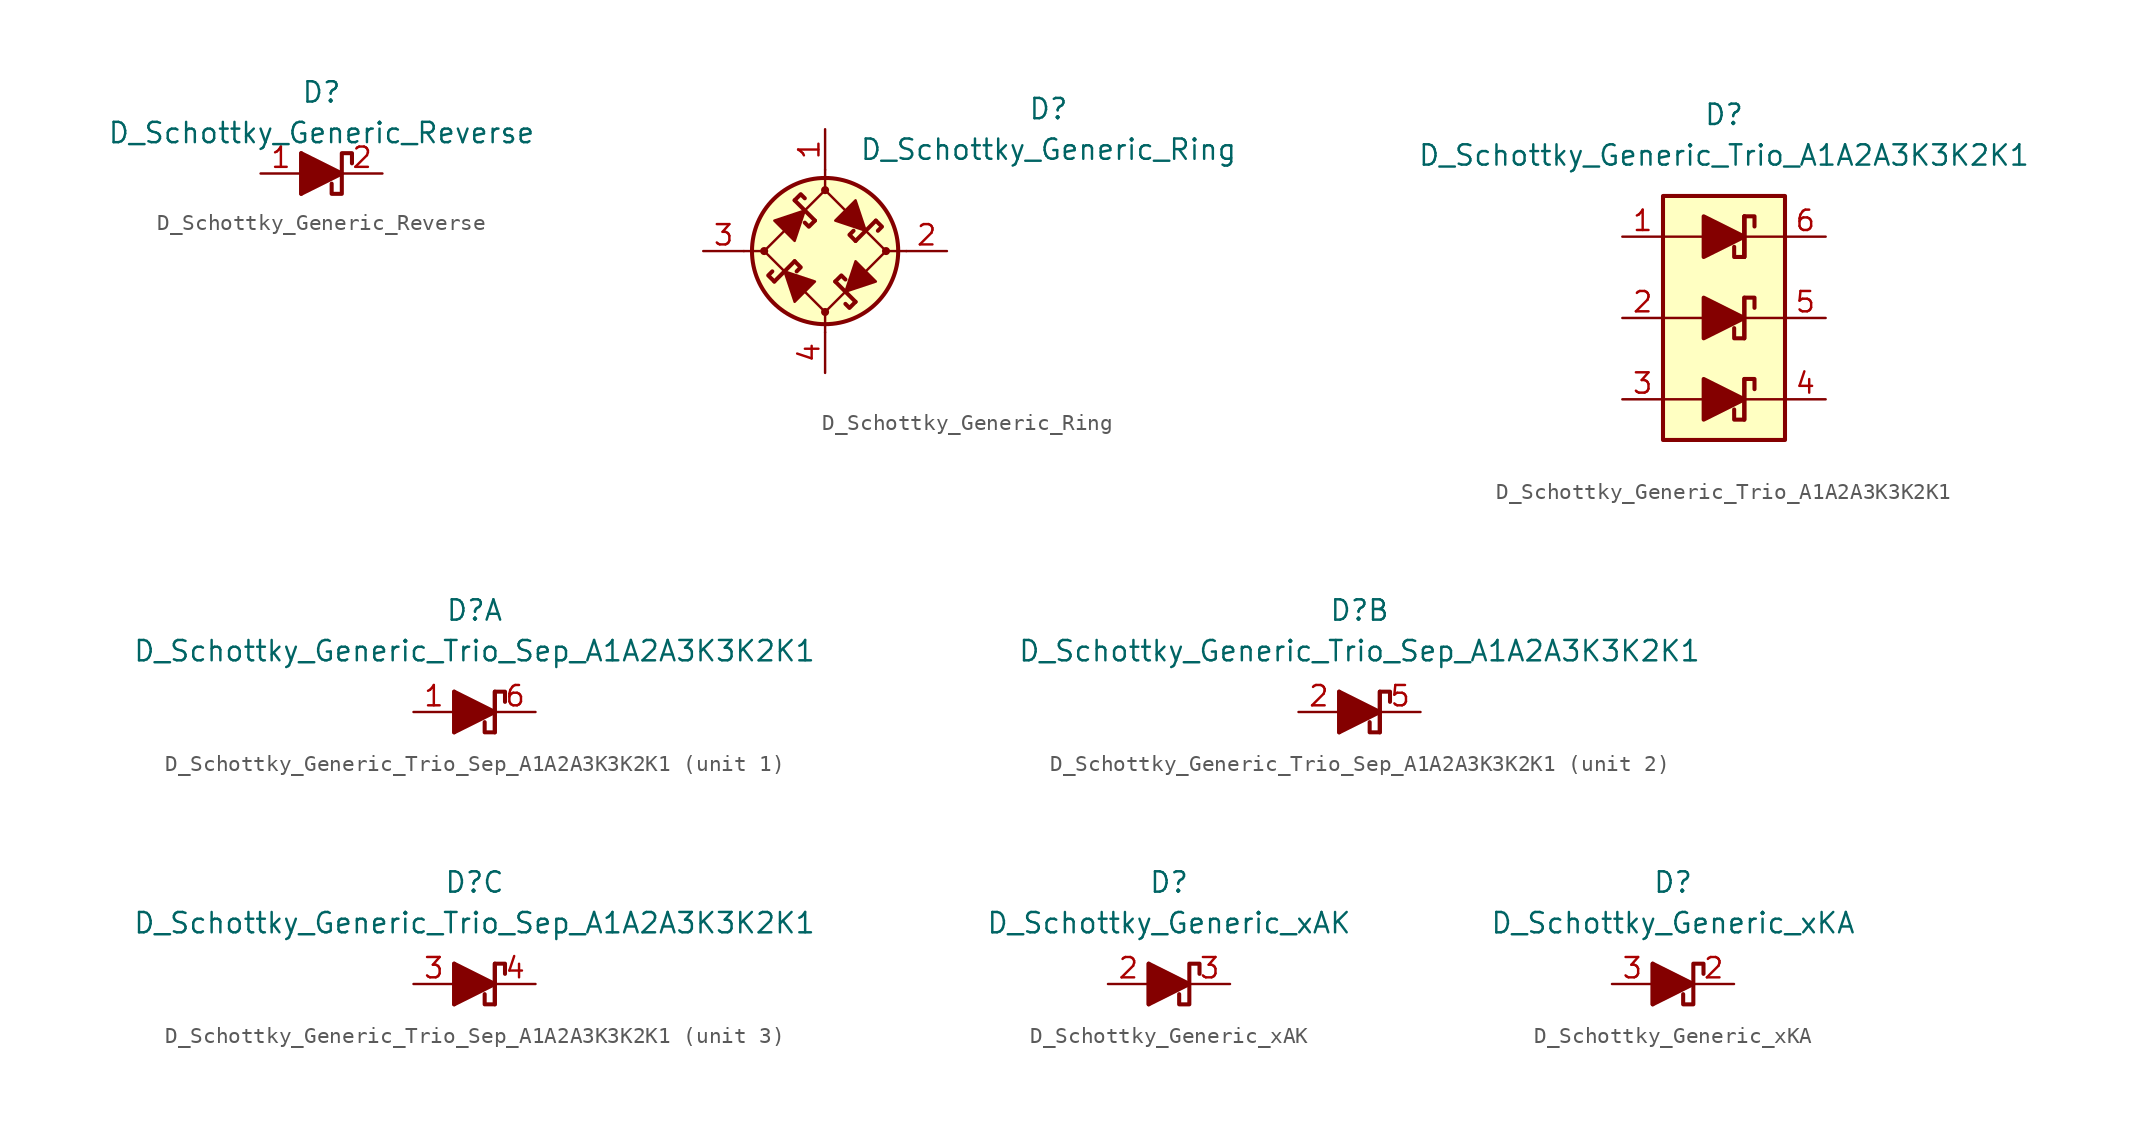
<source format=kicad_sym>
(kicad_symbol_lib
  (version 20211014)
  (generator kicad_symbol_editor)
  (symbol "D_Schottky_Generic_Reverse"
    (pin_names
      (offset 1.016) hide)
    (property "Reference" "D"
      (at 0 5.08 0)
      (effects (font (size 1.27 1.27))))
    (property "Value" "D_Schottky_Generic_Reverse"
      (at 0 2.54 0)
      (effects (font (size 1.27 1.27))))
    (symbol "D_Schottky_Generic_Reverse_0_1"
      (polyline (pts (xy -1.27 0) (xy 1.27 0)) (stroke (width 0) (type default) (color 0 0 0 0)) (fill (type none)))
      (polyline (pts (xy -1.27 1.27) (xy -1.27 -1.27)) (stroke (width 0.254) (type default) (color 0 0 0 0)) (fill (type none)))
      (polyline (pts (xy -1.27 -1.27) (xy -1.27 1.27) (xy 1.27 0) (xy -1.27 -1.27)) (stroke (width 0.254) (type default) (color 0 0 0 0)) (fill (type outline))))
    (symbol "D_Schottky_Generic_Reverse_1_1"
      (polyline (pts (xy 1.905 0.635) (xy 1.905 1.27) (xy 1.27 1.27) (xy 1.27 -1.27) (xy 0.635 -1.27) (xy 0.635 -0.635)) (stroke (width 0.254) (type default) (color 0 0 0 0)) (fill (type none)))
      (pin passive line (at -3.81 0 0) (length 2.54) (name "A" (effects (font (size 1.27 1.27)))) (number "1" (effects (font (size 1.27 1.27)))))
      (pin passive line (at 3.81 0 180) (length 2.54) (name "K" (effects (font (size 1.27 1.27)))) (number "2" (effects (font (size 1.27 1.27)))))))
  (symbol "D_Schottky_Generic_Ring"
    (pin_names
      (offset 1.016) hide)
    (property "Reference" "D"
      (at 13.97 8.89 0)
      (effects (font (size 1.27 1.27))))
    (property "Value" "D_Schottky_Generic_Ring"
      (at 13.97 6.35 0)
      (effects (font (size 1.27 1.27))))
    (symbol "D_Schottky_Generic_Ring_0_1"
      (circle (center -3.81 0) (radius 0.178) (stroke (width 0) (type default) (color 0 0 0 0)) (fill (type outline)))
      (polyline (pts (xy -5.08 0) (xy -3.81 0)) (stroke (width 0) (type default) (color 0 0 0 0)) (fill (type none)))
      (polyline (pts (xy -1.905 -0.635) (xy -3.175 -1.905)) (stroke (width 0.254) (type default) (color 0 0 0 0)) (fill (type none)))
      (polyline (pts (xy -1.905 3.175) (xy -0.635 1.905)) (stroke (width 0.254) (type default) (color 0 0 0 0)) (fill (type none)))
      (polyline (pts (xy 0 -5.08) (xy 0 -3.81)) (stroke (width 0) (type default) (color 0 0 0 0)) (fill (type none)))
      (polyline (pts (xy 0 5.08) (xy 0 3.81)) (stroke (width 0) (type default) (color 0 0 0 0)) (fill (type none)))
      (polyline (pts (xy 0.635 -1.905) (xy 1.905 -3.175)) (stroke (width 0.254) (type default) (color 0 0 0 0)) (fill (type none)))
      (polyline (pts (xy 3.175 1.905) (xy 1.905 0.635)) (stroke (width 0.254) (type default) (color 0 0 0 0)) (fill (type none)))
      (polyline (pts (xy 5.08 0) (xy 3.81 0)) (stroke (width 0) (type default) (color 0 0 0 0)) (fill (type none)))
      (polyline (pts (xy -2.54 -1.27) (xy -1.905 -3.175) (xy -0.635 -1.905) (xy -2.54 -1.27)) (stroke (width 0) (type default) (color 0 0 0 0)) (fill (type outline)))
      (polyline (pts (xy -1.27 2.54) (xy -1.905 0.635) (xy -3.175 1.905) (xy -1.27 2.54)) (stroke (width 0) (type default) (color 0 0 0 0)) (fill (type outline)))
      (polyline (pts (xy 1.27 -2.54) (xy 3.175 -1.905) (xy 1.905 -0.635) (xy 1.27 -2.54)) (stroke (width 0) (type default) (color 0 0 0 0)) (fill (type outline)))
      (polyline (pts (xy 2.54 1.27) (xy 0.635 1.905) (xy 1.905 3.175) (xy 2.54 1.27)) (stroke (width 0) (type default) (color 0 0 0 0)) (fill (type outline)))
      (polyline (pts (xy 0 3.81) (xy -3.81 0) (xy 0 -3.81) (xy 3.81 0) (xy 0 3.81)) (stroke (width 0) (type default) (color 0 0 0 0)) (fill (type none)))
      (circle (center 0 0) (radius 4.572) (stroke (width 0.254) (type default) (color 0 0 0 0)) (fill (type background))))
    (symbol "D_Schottky_Generic_Ring_1_1"
      (circle (center 0 -3.81) (radius 0.178) (stroke (width 0) (type default) (color 0 0 0 0)) (fill (type outline)))
      (polyline (pts (xy -3.175 -1.905) (xy -3.556 -1.524) (xy -3.302 -1.27)) (stroke (width 0.254) (type default) (color 0 0 0 0)) (fill (type none)))
      (polyline (pts (xy -1.905 -0.635) (xy -1.524 -1.016) (xy -1.778 -1.27)) (stroke (width 0.254) (type default) (color 0 0 0 0)) (fill (type none)))
      (polyline (pts (xy -1.905 3.175) (xy -1.524 3.556) (xy -1.27 3.302)) (stroke (width 0.254) (type default) (color 0 0 0 0)) (fill (type none)))
      (polyline (pts (xy -0.635 1.905) (xy -1.016 1.524) (xy -1.27 1.778)) (stroke (width 0.254) (type default) (color 0 0 0 0)) (fill (type none)))
      (polyline (pts (xy 0.635 -1.905) (xy 1.016 -1.524) (xy 1.27 -1.778)) (stroke (width 0.254) (type default) (color 0 0 0 0)) (fill (type none)))
      (polyline (pts (xy 1.905 -3.175) (xy 1.524 -3.556) (xy 1.27 -3.302)) (stroke (width 0.254) (type default) (color 0 0 0 0)) (fill (type none)))
      (polyline (pts (xy 1.905 0.635) (xy 1.524 1.016) (xy 1.778 1.27)) (stroke (width 0.254) (type default) (color 0 0 0 0)) (fill (type none)))
      (polyline (pts (xy 3.175 1.905) (xy 3.556 1.524) (xy 3.302 1.27)) (stroke (width 0.254) (type default) (color 0 0 0 0)) (fill (type none)))
      (circle (center 0 3.81) (radius 0.178) (stroke (width 0) (type default) (color 0 0 0 0)) (fill (type outline)))
      (circle (center 3.81 0) (radius 0.178) (stroke (width 0) (type default) (color 0 0 0 0)) (fill (type outline)))
      (pin passive line (at 0 7.62 270) (length 2.54) (name "1" (effects (font (size 1.27 1.27)))) (number "1" (effects (font (size 1.27 1.27)))))
      (pin passive line (at 7.62 0 180) (length 2.54) (name "2" (effects (font (size 1.27 1.27)))) (number "2" (effects (font (size 1.27 1.27)))))
      (pin passive line (at -7.62 0 0) (length 2.54) (name "3" (effects (font (size 1.27 1.27)))) (number "3" (effects (font (size 1.27 1.27)))))
      (pin passive line (at 0 -7.62 90) (length 2.54) (name "4" (effects (font (size 1.27 1.27)))) (number "4" (effects (font (size 1.27 1.27)))))))
  (symbol "D_Schottky_Generic_Trio_A1A2A3K3K2K1"
    (pin_names
      (offset 1.016) hide)
    (property "Reference" "D"
      (at 0 12.7 0)
      (effects (font (size 1.27 1.27))))
    (property "Value" "D_Schottky_Generic_Trio_A1A2A3K3K2K1"
      (at 0 10.16 0)
      (effects (font (size 1.27 1.27))))
    (symbol "D_Schottky_Generic_Trio_A1A2A3K3K2K1_0_1"
      (rectangle (start -3.81 7.62) (end 3.81 -7.62) (stroke (width 0.254) (type default) (color 0 0 0 0)) (fill (type background)))
      (polyline (pts (xy -3.81 -5.08) (xy -1.27 -5.08)) (stroke (width 0) (type default) (color 0 0 0 0)) (fill (type none)))
      (polyline (pts (xy -3.81 0) (xy -1.27 0)) (stroke (width 0) (type default) (color 0 0 0 0)) (fill (type none)))
      (polyline (pts (xy -3.81 5.08) (xy -1.27 5.08)) (stroke (width 0) (type default) (color 0 0 0 0)) (fill (type none)))
      (polyline (pts (xy 1.27 -5.08) (xy 3.81 -5.08)) (stroke (width 0) (type default) (color 0 0 0 0)) (fill (type none)))
      (polyline (pts (xy 1.27 0) (xy 3.81 0)) (stroke (width 0) (type default) (color 0 0 0 0)) (fill (type none)))
      (polyline (pts (xy 1.27 3.81) (xy 1.27 6.35)) (stroke (width 0.254) (type default) (color 0 0 0 0)) (fill (type none)))
      (polyline (pts (xy 1.27 5.08) (xy 3.81 5.08)) (stroke (width 0) (type default) (color 0 0 0 0)) (fill (type none))))
    (symbol "D_Schottky_Generic_Trio_A1A2A3K3K2K1_1_1"
      (polyline (pts (xy -1.27 -5.08) (xy 1.27 -5.08)) (stroke (width 0) (type default) (color 0 0 0 0)) (fill (type none)))
      (polyline (pts (xy -1.27 0) (xy 1.27 0)) (stroke (width 0) (type default) (color 0 0 0 0)) (fill (type none)))
      (polyline (pts (xy -1.27 5.08) (xy 1.27 5.08)) (stroke (width 0) (type default) (color 0 0 0 0)) (fill (type none)))
      (polyline (pts (xy 1.27 -3.81) (xy 1.27 -6.35)) (stroke (width 0.254) (type default) (color 0 0 0 0)) (fill (type none)))
      (polyline (pts (xy 1.27 1.27) (xy 1.27 -1.27)) (stroke (width 0.254) (type default) (color 0 0 0 0)) (fill (type none)))
      (polyline (pts (xy 1.27 6.35) (xy 1.27 3.81)) (stroke (width 0.254) (type default) (color 0 0 0 0)) (fill (type none)))
      (polyline (pts (xy -1.27 -6.35) (xy -1.27 -3.81) (xy 1.27 -5.08) (xy -1.27 -6.35)) (stroke (width 0.254) (type default) (color 0 0 0 0)) (fill (type outline)))
      (polyline (pts (xy -1.27 -1.27) (xy -1.27 1.27) (xy 1.27 0) (xy -1.27 -1.27)) (stroke (width 0.254) (type default) (color 0 0 0 0)) (fill (type outline)))
      (polyline (pts (xy -1.27 3.81) (xy -1.27 6.35) (xy 1.27 5.08) (xy -1.27 3.81)) (stroke (width 0.254) (type default) (color 0 0 0 0)) (fill (type outline)))
      (polyline (pts (xy 1.905 -4.445) (xy 1.905 -3.81) (xy 1.27 -3.81) (xy 1.27 -6.35) (xy 0.635 -6.35) (xy 0.635 -5.715)) (stroke (width 0.254) (type default) (color 0 0 0 0)) (fill (type none)))
      (polyline (pts (xy 1.905 0.635) (xy 1.905 1.27) (xy 1.27 1.27) (xy 1.27 -1.27) (xy 0.635 -1.27) (xy 0.635 -0.635)) (stroke (width 0.254) (type default) (color 0 0 0 0)) (fill (type none)))
      (polyline (pts (xy 1.905 5.715) (xy 1.905 6.35) (xy 1.27 6.35) (xy 1.27 3.81) (xy 0.635 3.81) (xy 0.635 4.445)) (stroke (width 0.254) (type default) (color 0 0 0 0)) (fill (type none)))
      (pin passive line (at -6.35 5.08 0) (length 2.54) (name "A1" (effects (font (size 1.27 1.27)))) (number "1" (effects (font (size 1.27 1.27)))))
      (pin passive line (at -6.35 0 0) (length 2.54) (name "A2" (effects (font (size 1.27 1.27)))) (number "2" (effects (font (size 1.27 1.27)))))
      (pin passive line (at -6.35 -5.08 0) (length 2.54) (name "A3" (effects (font (size 1.27 1.27)))) (number "3" (effects (font (size 1.27 1.27)))))
      (pin passive line (at 6.35 -5.08 180) (length 2.54) (name "K3" (effects (font (size 1.27 1.27)))) (number "4" (effects (font (size 1.27 1.27)))))
      (pin passive line (at 6.35 0 180) (length 2.54) (name "K2" (effects (font (size 1.27 1.27)))) (number "5" (effects (font (size 1.27 1.27)))))
      (pin passive line (at 6.35 5.08 180) (length 2.54) (name "K1" (effects (font (size 1.27 1.27)))) (number "6" (effects (font (size 1.27 1.27)))))))
  (symbol "D_Schottky_Generic_Trio_Sep_A1A2A3K3K2K1"
    (pin_names
      (offset 1.016) hide)
    (property "Reference" "D"
      (at 0 6.35 0)
      (effects (font (size 1.27 1.27))))
    (property "Value" "D_Schottky_Generic_Trio_Sep_A1A2A3K3K2K1"
      (at 0 3.81 0)
      (effects (font (size 1.27 1.27))))
    (property "ki_locked" ""
      (at 0 0 0)
      (effects (font (size 1.27 1.27))))
    (symbol "D_Schottky_Generic_Trio_Sep_A1A2A3K3K2K1_0_1"
      (polyline (pts (xy -1.27 1.27) (xy -1.27 -1.27)) (stroke (width 0.254) (type default) (color 0 0 0 0)) (fill (type none))))
    (symbol "D_Schottky_Generic_Trio_Sep_A1A2A3K3K2K1_1_1"
      (polyline (pts (xy -1.27 0) (xy 1.27 0)) (stroke (width 0) (type default) (color 0 0 0 0)) (fill (type none)))
      (polyline (pts (xy 1.27 1.27) (xy 1.27 -1.27)) (stroke (width 0.254) (type default) (color 0 0 0 0)) (fill (type none)))
      (polyline (pts (xy -1.27 -1.27) (xy -1.27 1.27) (xy 1.27 0) (xy -1.27 -1.27)) (stroke (width 0.254) (type default) (color 0 0 0 0)) (fill (type outline)))
      (polyline (pts (xy 1.905 0.635) (xy 1.905 1.27) (xy 1.27 1.27) (xy 1.27 -1.27) (xy 0.635 -1.27) (xy 0.635 -0.635)) (stroke (width 0.254) (type default) (color 0 0 0 0)) (fill (type none)))
      (pin passive line (at -3.81 0 0) (length 2.54) (name "A1" (effects (font (size 1.27 1.27)))) (number "1" (effects (font (size 1.27 1.27)))))
      (pin passive line (at 3.81 0 180) (length 2.54) (name "K1" (effects (font (size 1.27 1.27)))) (number "6" (effects (font (size 1.27 1.27))))))
    (symbol "D_Schottky_Generic_Trio_Sep_A1A2A3K3K2K1_2_1"
      (polyline (pts (xy -1.27 0) (xy 1.27 0)) (stroke (width 0) (type default) (color 0 0 0 0)) (fill (type none)))
      (polyline (pts (xy 1.27 1.27) (xy 1.27 -1.27)) (stroke (width 0.254) (type default) (color 0 0 0 0)) (fill (type none)))
      (polyline (pts (xy -1.27 -1.27) (xy -1.27 1.27) (xy 1.27 0) (xy -1.27 -1.27)) (stroke (width 0.254) (type default) (color 0 0 0 0)) (fill (type outline)))
      (polyline (pts (xy 1.905 0.635) (xy 1.905 1.27) (xy 1.27 1.27) (xy 1.27 -1.27) (xy 0.635 -1.27) (xy 0.635 -0.635)) (stroke (width 0.254) (type default) (color 0 0 0 0)) (fill (type none)))
      (pin passive line (at -3.81 0 0) (length 2.54) (name "A2" (effects (font (size 1.27 1.27)))) (number "2" (effects (font (size 1.27 1.27)))))
      (pin passive line (at 3.81 0 180) (length 2.54) (name "K2" (effects (font (size 1.27 1.27)))) (number "5" (effects (font (size 1.27 1.27))))))
    (symbol "D_Schottky_Generic_Trio_Sep_A1A2A3K3K2K1_3_1"
      (polyline (pts (xy -1.27 0) (xy 1.27 0)) (stroke (width 0) (type default) (color 0 0 0 0)) (fill (type none)))
      (polyline (pts (xy 1.27 1.27) (xy 1.27 -1.27)) (stroke (width 0.254) (type default) (color 0 0 0 0)) (fill (type none)))
      (polyline (pts (xy -1.27 -1.27) (xy -1.27 1.27) (xy 1.27 0) (xy -1.27 -1.27)) (stroke (width 0.254) (type default) (color 0 0 0 0)) (fill (type outline)))
      (polyline (pts (xy 1.905 0.635) (xy 1.905 1.27) (xy 1.27 1.27) (xy 1.27 -1.27) (xy 0.635 -1.27) (xy 0.635 -0.635)) (stroke (width 0.254) (type default) (color 0 0 0 0)) (fill (type none)))
      (pin passive line (at -3.81 0 0) (length 2.54) (name "A3" (effects (font (size 1.27 1.27)))) (number "3" (effects (font (size 1.27 1.27)))))
      (pin passive line (at 3.81 0 180) (length 2.54) (name "K3" (effects (font (size 1.27 1.27)))) (number "4" (effects (font (size 1.27 1.27)))))))
  (symbol "D_Schottky_Generic_xAK"
    (pin_names
      (offset 1.016) hide)
    (property "Reference" "D"
      (at 0 6.35 0)
      (effects (font (size 1.27 1.27))))
    (property "Value" "D_Schottky_Generic_xAK"
      (at 0 3.81 0)
      (effects (font (size 1.27 1.27))))
    (symbol "D_Schottky_Generic_xAK_0_1"
      (polyline (pts (xy -1.27 0) (xy 1.27 0)) (stroke (width 0) (type default) (color 0 0 0 0)) (fill (type none)))
      (polyline (pts (xy -1.27 1.27) (xy -1.27 -1.27)) (stroke (width 0.254) (type default) (color 0 0 0 0)) (fill (type none)))
      (polyline (pts (xy -1.27 -1.27) (xy -1.27 1.27) (xy 1.27 0) (xy -1.27 -1.27)) (stroke (width 0.254) (type default) (color 0 0 0 0)) (fill (type outline))))
    (symbol "D_Schottky_Generic_xAK_1_1"
      (polyline (pts (xy 1.905 0.635) (xy 1.905 1.27) (xy 1.27 1.27) (xy 1.27 -1.27) (xy 0.635 -1.27) (xy 0.635 -0.635)) (stroke (width 0.254) (type default) (color 0 0 0 0)) (fill (type none)))
      (pin no_connect line (at 0 0 0) (length 2.54) hide (name "NC" (effects (font (size 1.27 1.27)))) (number "1" (effects (font (size 1.27 1.27)))))
      (pin passive line (at -3.81 0 0) (length 2.54) (name "A" (effects (font (size 1.27 1.27)))) (number "2" (effects (font (size 1.27 1.27)))))
      (pin passive line (at 3.81 0 180) (length 2.54) (name "K" (effects (font (size 1.27 1.27)))) (number "3" (effects (font (size 1.27 1.27)))))))
  (symbol "D_Schottky_Generic_xKA"
    (pin_names
      (offset 1.016) hide)
    (property "Reference" "D"
      (at 0 6.35 0)
      (effects (font (size 1.27 1.27))))
    (property "Value" "D_Schottky_Generic_xKA"
      (at 0 3.81 0)
      (effects (font (size 1.27 1.27))))
    (symbol "D_Schottky_Generic_xKA_0_1"
      (polyline (pts (xy -1.27 0) (xy 1.27 0)) (stroke (width 0) (type default) (color 0 0 0 0)) (fill (type none)))
      (polyline (pts (xy -1.27 1.27) (xy -1.27 -1.27)) (stroke (width 0.254) (type default) (color 0 0 0 0)) (fill (type none)))
      (polyline (pts (xy -1.27 -1.27) (xy -1.27 1.27) (xy 1.27 0) (xy -1.27 -1.27)) (stroke (width 0.254) (type default) (color 0 0 0 0)) (fill (type outline))))
    (symbol "D_Schottky_Generic_xKA_1_1"
      (polyline (pts (xy 1.905 0.635) (xy 1.905 1.27) (xy 1.27 1.27) (xy 1.27 -1.27) (xy 0.635 -1.27) (xy 0.635 -0.635)) (stroke (width 0.254) (type default) (color 0 0 0 0)) (fill (type none)))
      (pin no_connect line (at 0 0 0) (length 2.54) hide (name "NC" (effects (font (size 1.27 1.27)))) (number "1" (effects (font (size 1.27 1.27)))))
      (pin passive line (at 3.81 0 180) (length 2.54) (name "K" (effects (font (size 1.27 1.27)))) (number "2" (effects (font (size 1.27 1.27)))))
      (pin passive line (at -3.81 0 0) (length 2.54) (name "A" (effects (font (size 1.27 1.27)))) (number "3" (effects (font (size 1.27 1.27))))))))
</source>
